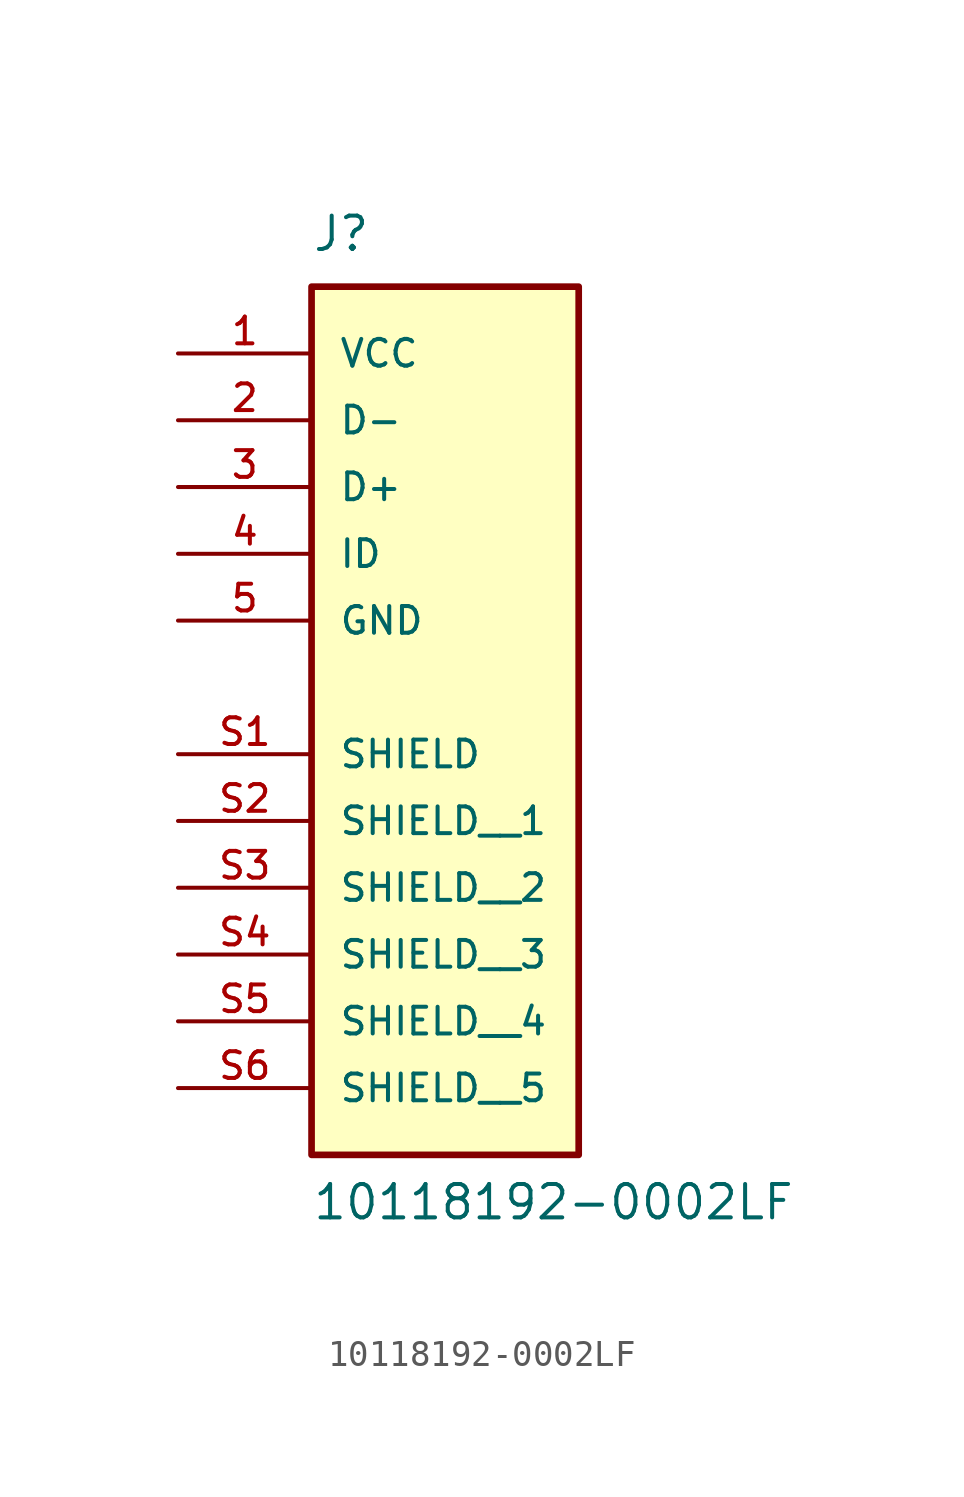
<source format=kicad_sym>
(kicad_symbol_lib
  (version 20211014)
  (generator kicad_symbol_editor)
  (symbol "10118192-0002LF"
    (pin_names
      (offset 1.016))
    (property "Reference" "J"
      (at -5.08 11.43 0)
      (effects (font (size 1.27 1.27)) (justify bottom left)))
    (property "Value" "10118192-0002LF"
      (at -5.08 -25.4 0)
      (effects (font (size 1.27 1.27)) (justify bottom left)))
    (symbol "10118192-0002LF_0_0"
      (rectangle (start -5.08 -22.86) (end 5.08 10.16) (stroke (width 0.254)) (fill (type background)))
      (pin bidirectional line (at -10.16 5.08 0) (length 5.08) (name "D-" (effects (font (size 1.016 1.016)))) (number "2" (effects (font (size 1.016 1.016)))))
      (pin bidirectional line (at -10.16 2.54 0) (length 5.08) (name "D+" (effects (font (size 1.016 1.016)))) (number "3" (effects (font (size 1.016 1.016)))))
      (pin bidirectional line (at -10.16 0.0 0) (length 5.08) (name "ID" (effects (font (size 1.016 1.016)))) (number "4" (effects (font (size 1.016 1.016)))))
      (pin power_in line (at -10.16 7.62 0) (length 5.08) (name "VCC" (effects (font (size 1.016 1.016)))) (number "1" (effects (font (size 1.016 1.016)))))
      (pin power_in line (at -10.16 -2.54 0) (length 5.08) (name "GND" (effects (font (size 1.016 1.016)))) (number "5" (effects (font (size 1.016 1.016)))))
      (pin passive line (at -10.16 -7.62 0) (length 5.08) (name "SHIELD" (effects (font (size 1.016 1.016)))) (number "S1" (effects (font (size 1.016 1.016)))))
      (pin passive line (at -10.16 -10.16 0) (length 5.08) (name "SHIELD__1" (effects (font (size 1.016 1.016)))) (number "S2" (effects (font (size 1.016 1.016)))))
      (pin passive line (at -10.16 -12.7 0) (length 5.08) (name "SHIELD__2" (effects (font (size 1.016 1.016)))) (number "S3" (effects (font (size 1.016 1.016)))))
      (pin passive line (at -10.16 -15.24 0) (length 5.08) (name "SHIELD__3" (effects (font (size 1.016 1.016)))) (number "S4" (effects (font (size 1.016 1.016)))))
      (pin passive line (at -10.16 -17.78 0) (length 5.08) (name "SHIELD__4" (effects (font (size 1.016 1.016)))) (number "S5" (effects (font (size 1.016 1.016)))))
      (pin passive line (at -10.16 -20.32 0) (length 5.08) (name "SHIELD__5" (effects (font (size 1.016 1.016)))) (number "S6" (effects (font (size 1.016 1.016))))))))
</source>
